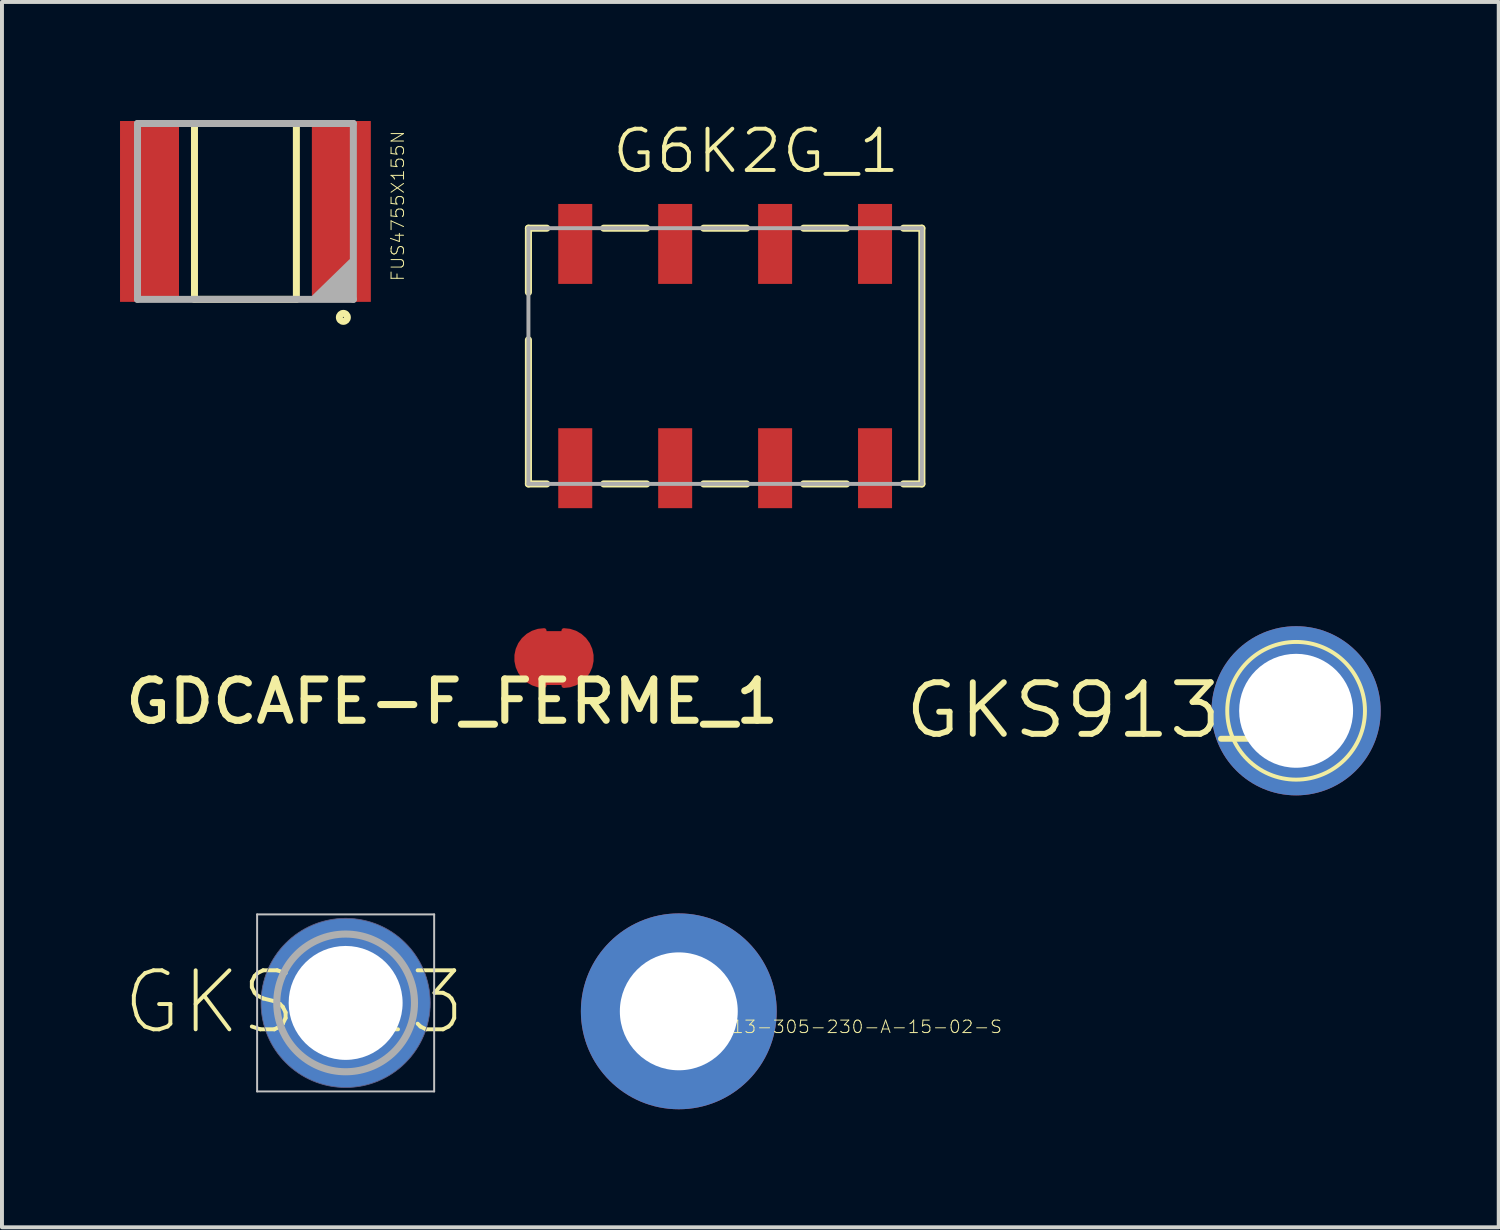
<source format=kicad_pcb>
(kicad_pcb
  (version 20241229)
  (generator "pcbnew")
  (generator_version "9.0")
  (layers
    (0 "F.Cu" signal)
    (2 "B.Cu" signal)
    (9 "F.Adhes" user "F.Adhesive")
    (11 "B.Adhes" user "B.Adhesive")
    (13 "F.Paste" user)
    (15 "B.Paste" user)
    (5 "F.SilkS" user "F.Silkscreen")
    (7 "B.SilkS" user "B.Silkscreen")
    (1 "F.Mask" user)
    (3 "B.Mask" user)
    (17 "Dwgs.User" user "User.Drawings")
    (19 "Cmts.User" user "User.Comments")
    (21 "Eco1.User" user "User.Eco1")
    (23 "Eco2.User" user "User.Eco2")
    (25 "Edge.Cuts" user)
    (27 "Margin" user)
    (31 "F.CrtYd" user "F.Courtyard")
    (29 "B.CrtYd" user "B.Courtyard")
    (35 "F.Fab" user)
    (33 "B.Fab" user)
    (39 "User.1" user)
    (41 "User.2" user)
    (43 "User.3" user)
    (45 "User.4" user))
  (footprint "GDCAFE-F_FERME_1"
    (layer "F.Cu")
    (at 11.031 13.676)
    (property "Reference" "GDCAFE-F_FERME_1" (at -2.591 1.105 0) (unlocked yes) (layer "F.SilkS") (effects (font (size 1.05 1.104) (thickness 0.18))))
    (attr smd)
    (fp_poly (pts (xy 0.318 0.635) (xy -0.318 0.635) (xy -0.318 -0.635) (xy 0.318 -0.635)) (stroke (width 0.1) (type solid)) (fill yes) (layer "F.Cu"))
    (fp_poly (pts (xy 0.318 0.76) (xy -0.318 0.76) (xy -0.318 -0.76) (xy 0.318 -0.76)) (stroke (width 0.1) (type solid)) (fill yes) (layer "F.Mask"))
    (pad "1" smd circle (at 0.204 0) (size 0.005 0.005) (layers "F.Cu" "F.Mask" "F.Paste"))
    (pad "1" smd custom (at 0.5 0) (size 0.3 0.3) (layers "F.Cu" "F.Mask") (options (anchor circle)) (primitives (gr_poly (pts (xy -0.075 -0.625) (xy 0.1 -0.55) (xy 0.225 -0.45) (xy 0.3 -0.325) (xy 0.4 -0.1) (xy 0.4 0.125) (xy 0.325 0.275) (xy 0.2 0.475) (xy 0.05 0.575) (xy -0.125 0.65) (xy -0.2 0.65) (xy -0.2 -0.65)) (width 0.1) (fill yes)) (gr_arc (start -0.25 -0.7) (mid 0.45 0) (end -0.25 0.7) (width 0.12)) (gr_line (start -0.25 -0.7) (end -0.25 0.7) (width 0.12))))
    (pad "2" smd custom (at -0.5 0 180) (size 0.3 0.3) (layers "F.Cu" "F.Mask") (options (anchor circle)) (primitives (gr_poly (pts (xy -0.075 -0.625) (xy 0.1 -0.55) (xy 0.225 -0.45) (xy 0.3 -0.325) (xy 0.4 -0.1) (xy 0.4 0.125) (xy 0.325 0.275) (xy 0.2 0.475) (xy 0.05 0.575) (xy -0.125 0.65) (xy -0.2 0.65) (xy -0.2 -0.65)) (width 0.1) (fill yes)) (gr_arc (start -0.25 -0.7) (mid 0.45 0) (end -0.25 0.7) (width 0.12)) (gr_line (start -0.25 -0.7) (end -0.25 0.7) (width 0.12)))))
  (footprint "FUS4755X155N"
    (layer "F.Cu")
    (at 3.188 2.324)
    (property "Reference" "FUS4755X155N" (at 3.873 -0.14 90) (unlocked yes) (layer "F.SilkS") (effects (font (size 0.317 0.333) (thickness 0.025))))
    (attr smd)
    (fp_line (start -1.295 -2.235) (end -1.295 2.235) (stroke (width 0.178) (type solid)) (layer "F.SilkS"))
    (fp_line (start 1.295 -2.235) (end -1.295 -2.235) (stroke (width 0.178) (type solid)) (layer "F.SilkS"))
    (fp_line (start 1.295 -2.235) (end 1.295 2.235) (stroke (width 0.178) (type solid)) (layer "F.SilkS"))
    (fp_line (start 1.295 2.235) (end -1.295 2.235) (stroke (width 0.178) (type solid)) (layer "F.SilkS"))
    (fp_arc (start 2.3876 2.6924) (mid 2.5908 2.6924) (end 2.3876 2.6924) (stroke (width 0.1778) (type solid)) (layer "F.SilkS"))
    (fp_line (start -2.743 -2.235) (end -2.743 2.235) (stroke (width 0.178) (type solid)) (layer "F.Fab"))
    (fp_line (start 2.692 1.295) (end 1.778 2.184) (stroke (width 0.178) (type solid)) (layer "F.Fab"))
    (fp_line (start 2.692 1.397) (end 1.88 2.184) (stroke (width 0.178) (type solid)) (layer "F.Fab"))
    (fp_line (start 2.692 1.499) (end 1.981 2.184) (stroke (width 0.178) (type solid)) (layer "F.Fab"))
    (fp_line (start 2.692 1.575) (end 2.083 2.184) (stroke (width 0.178) (type solid)) (layer "F.Fab"))
    (fp_line (start 2.692 1.676) (end 2.184 2.184) (stroke (width 0.178) (type solid)) (layer "F.Fab"))
    (fp_line (start 2.692 1.778) (end 2.286 2.184) (stroke (width 0.178) (type solid)) (layer "F.Fab"))
    (fp_line (start 2.692 1.88) (end 2.388 2.184) (stroke (width 0.178) (type solid)) (layer "F.Fab"))
    (fp_line (start 2.692 1.981) (end 2.489 2.184) (stroke (width 0.178) (type solid)) (layer "F.Fab"))
    (fp_line (start 2.692 2.083) (end 2.591 2.184) (stroke (width 0.178) (type solid)) (layer "F.Fab"))
    (fp_line (start 2.743 -2.235) (end -2.743 -2.235) (stroke (width 0.178) (type solid)) (layer "F.Fab"))
    (fp_line (start 2.743 -2.235) (end 2.743 2.235) (stroke (width 0.178) (type solid)) (layer "F.Fab"))
    (fp_line (start 2.743 2.235) (end -2.743 2.235) (stroke (width 0.178) (type solid)) (layer "F.Fab"))
    (pad "1" smd rect (at 2.438 0 90) (size 4.597 1.499) (layers "F.Cu" "F.Mask" "F.Paste"))
    (pad "2" smd rect (at -2.438 0 90) (size 4.597 1.499) (layers "F.Cu" "F.Mask" "F.Paste")))
  (footprint "GKS913"
    (placed yes)
    (layer "F.Cu")
    (at 5.735 22.441)
    (property "Reference" "GKS913" (at -5.735 0.86 0) (layer "F.SilkS") (effects (font (size 1.5 1.5) (thickness 0.1)) (justify left bottom)))
    (attr through_hole)
    (fp_arc (start 1.15 0) (mid -1.15 0) (end 1.15 0) (stroke (width 0.1) (type solid)) (layer "F.SilkS"))
    (fp_arc (start 1.325 0) (mid -1.325 0) (end 1.325 0) (stroke (width 0.1) (type solid)) (layer "F.SilkS"))
    (fp_arc (start 1.75 0) (mid -1.75 0) (end 1.75 0) (stroke (width 0.1) (type solid)) (layer "F.SilkS"))
    (fp_line (start -2.25 -2.25) (end 2.25 -2.25) (stroke (width 0.05) (type solid)) (layer "Dwgs.User"))
    (fp_line (start -2.25 2.25) (end -2.25 -2.25) (stroke (width 0.05) (type solid)) (layer "Dwgs.User"))
    (fp_line (start 2.25 -2.25) (end 2.25 2.25) (stroke (width 0.05) (type solid)) (layer "Dwgs.User"))
    (fp_line (start 2.25 2.25) (end -2.25 2.25) (stroke (width 0.05) (type solid)) (layer "Dwgs.User"))
    (fp_arc (start 2.15 0) (mid -2.15 0) (end 2.15 0) (stroke (width 0.02) (type solid)) (layer "B.Fab"))
    (fp_arc (start 1.75 0) (mid -1.75 0) (end 1.75 0) (stroke (width 0.02) (type solid)) (layer "F.Fab"))
    (fp_arc (start 1.75 0) (mid -1.75 0) (end 1.75 0) (stroke (width 0.18) (type solid)) (layer "F.Fab"))
    (pad "1" thru_hole circle (at 0 0) (size 4.3 4.3) (drill 2.896) (layers "*.Cu" "*.Mask")))
  (footprint "G6K2G_1"
    (layer "F.Cu")
    (at 15.381 6)
    (property "Reference" "G6K2G_1" (at 0.787 -5.21 0) (unlocked yes) (layer "F.SilkS") (effects (font (size 1.05 1.104) (thickness 0.1))))
    (attr smd)
    (fp_line (start -5 -3.25) (end -4.533 -3.25) (stroke (width 0.18) (type solid)) (layer "F.SilkS"))
    (fp_line (start -5 -1.62) (end -5 -3.25) (stroke (width 0.18) (type solid)) (layer "F.SilkS"))
    (fp_line (start -5 3.25) (end -5 -0.412) (stroke (width 0.18) (type solid)) (layer "F.SilkS"))
    (fp_line (start -5 3.25) (end -4.533 3.25) (stroke (width 0.18) (type solid)) (layer "F.SilkS"))
    (fp_line (start -3.087 -3.25) (end -1.993 -3.25) (stroke (width 0.18) (type solid)) (layer "F.SilkS"))
    (fp_line (start -3.087 3.25) (end -1.993 3.25) (stroke (width 0.18) (type solid)) (layer "F.SilkS"))
    (fp_line (start -0.547 -3.25) (end 0.547 -3.25) (stroke (width 0.18) (type solid)) (layer "F.SilkS"))
    (fp_line (start -0.547 3.25) (end 0.547 3.25) (stroke (width 0.18) (type solid)) (layer "F.SilkS"))
    (fp_line (start 1.993 -3.25) (end 3.087 -3.25) (stroke (width 0.18) (type solid)) (layer "F.SilkS"))
    (fp_line (start 1.993 3.25) (end 3.087 3.25) (stroke (width 0.18) (type solid)) (layer "F.SilkS"))
    (fp_line (start 4.533 -3.25) (end 5 -3.25) (stroke (width 0.18) (type solid)) (layer "F.SilkS"))
    (fp_line (start 4.533 3.25) (end 5 3.25) (stroke (width 0.18) (type solid)) (layer "F.SilkS"))
    (fp_line (start 5 3.25) (end 5 -3.25) (stroke (width 0.18) (type solid)) (layer "F.SilkS"))
    (fp_line (start -5 -3.25) (end 5 -3.25) (stroke (width 0.1) (type solid)) (layer "F.Fab"))
    (fp_line (start -5 3.25) (end -5 -3.25) (stroke (width 0.1) (type solid)) (layer "F.Fab"))
    (fp_line (start -5 3.25) (end 5 3.25) (stroke (width 0.1) (type solid)) (layer "F.Fab"))
    (fp_line (start -4.5 1) (end -4.5 -1) (stroke (width 0.00003) (type solid)) (layer "F.Fab"))
    (fp_line (start -4 1) (end -4 -1) (stroke (width 0.00003) (type solid)) (layer "F.Fab"))
    (fp_line (start 5 3.25) (end 5 -3.25) (stroke (width 0.1) (type solid)) (layer "F.Fab"))
    (fp_arc (start -4.5 -1) (mid -4.25 -1.25) (end -4 -1) (stroke (width 0.00003) (type solid)) (layer "F.Fab"))
    (fp_arc (start -4 0.999941) (mid -4.25 1.24777) (end -4.5 0.999942) (stroke (width 0.00003) (type solid)) (layer "F.Fab"))
    (pad "1" smd rect (at -3.81 2.85) (size 0.864 2.032) (layers "F.Cu" "F.Mask" "F.Paste"))
    (pad "2" smd rect (at -1.27 2.85) (size 0.864 2.032) (layers "F.Cu" "F.Mask" "F.Paste"))
    (pad "3" smd rect (at 1.27 2.85) (size 0.864 2.032) (layers "F.Cu" "F.Mask" "F.Paste"))
    (pad "4" smd rect (at 3.81 2.85) (size 0.864 2.032) (layers "F.Cu" "F.Mask" "F.Paste"))
    (pad "5" smd rect (at 3.81 -2.85) (size 0.864 2.032) (layers "F.Cu" "F.Mask" "F.Paste"))
    (pad "6" smd rect (at 1.27 -2.85) (size 0.864 2.032) (layers "F.Cu" "F.Mask" "F.Paste"))
    (pad "7" smd rect (at -1.27 -2.85) (size 0.864 2.032) (layers "F.Cu" "F.Mask" "F.Paste"))
    (pad "8" smd rect (at -3.81 -2.85) (size 0.864 2.032) (layers "F.Cu" "F.Mask" "F.Paste")))
  (footprint "GKS913_1"
    (layer "F.Cu")
    (at 29.893 15.016)
    (property "Reference" "GKS913_1" (at -4.735 -0.013 0) (unlocked yes) (layer "F.SilkS") (effects (font (size 1.312 1.38) (thickness 0.15))))
    (attr smd)
    (fp_circle (center 0 0) (end 1.15 0) (stroke (width 0.1) (type solid)) (fill no) (layer "F.SilkS"))
    (fp_circle (center 0 0) (end 1.325 0) (stroke (width 0.1) (type solid)) (fill no) (layer "F.SilkS"))
    (fp_circle (center 0 0) (end 1.75 0) (stroke (width 0.1) (type solid)) (fill no) (layer "F.SilkS"))
    (pad "1" thru_hole circle (at 0 0) (size 4.3 4.3) (drill 2.896) (layers "*.Cu" "*.Mask")))
  (footprint "GKS-913-305-230-A-15-02-S"
    (layer "F.Cu")
    (at 14.203 22.655)
    (property "Reference" "GKS-913-305-230-A-15-02-S" (at 3.924 0.394 0) (unlocked yes) (layer "F.SilkS") (effects (font (size 0.317 0.333) (thickness 0.025))))
    (attr smd)
    (fp_circle (center 0 0) (end 1.27 0) (stroke (width 0.178) (type solid)) (fill no) (layer "F.SilkS"))
    (pad "1" thru_hole circle (at 0 0) (size 4.978 4.978) (drill 2.997) (layers "*.Cu" "*.Mask")))
  (gr_rect
    (start -3 -3)
    (end 35.043 28.144)
    (stroke (width 0.1) (type default))
    (fill no)
    (layer "Edge.Cuts")))
</source>
